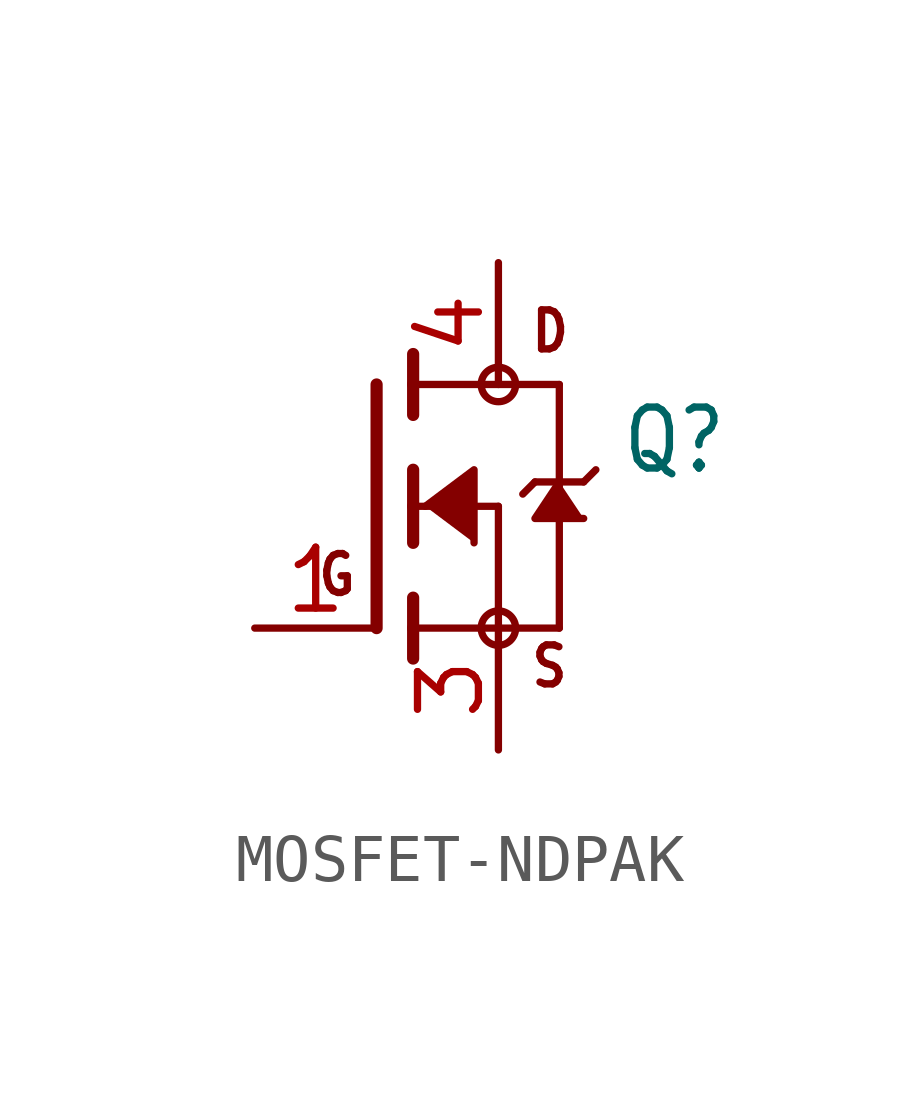
<source format=kicad_sym>
(kicad_symbol_lib
  (version 20220914)
  (generator kicad_symbol_editor)
  (symbol "MOSFET-NDPAK"
    (property "Reference" "Q"
      (at 5.08 0.635 0)
      (effects (font (size 1.27 1.079)) (justify left bottom)))
    (property "Value" ""
      (at 5.08 -1.27 0)
      (effects (font (size 1.27 1.079)) (justify left bottom)))
    (property "ki_locked" ""
      (at 0 0 0)
      (effects (font (size 1.27 1.27))))
    (symbol "MOSFET-NDPAK_1_0"
      (polyline (pts (xy 0 2.54) (xy 0 -2.54)) (stroke (width 0.254) (type solid)) (fill (type none)))
      (polyline (pts (xy 0.762 -2.54) (xy 0.762 -3.175)) (stroke (width 0.254) (type solid)) (fill (type none)))
      (polyline (pts (xy 0.762 -1.905) (xy 0.762 -2.54)) (stroke (width 0.254) (type solid)) (fill (type none)))
      (polyline (pts (xy 0.762 0) (xy 0.762 -0.762)) (stroke (width 0.254) (type solid)) (fill (type none)))
      (polyline (pts (xy 0.762 0) (xy 2.54 0)) (stroke (width 0.152) (type solid)) (fill (type none)))
      (polyline (pts (xy 0.762 0.762) (xy 0.762 0)) (stroke (width 0.254) (type solid)) (fill (type none)))
      (polyline (pts (xy 0.762 2.54) (xy 0.762 1.905)) (stroke (width 0.254) (type solid)) (fill (type none)))
      (polyline (pts (xy 0.762 2.54) (xy 3.81 2.54)) (stroke (width 0.152) (type solid)) (fill (type none)))
      (polyline (pts (xy 0.762 3.175) (xy 0.762 2.54)) (stroke (width 0.254) (type solid)) (fill (type none)))
      (polyline (pts (xy 2.54 -2.54) (xy 0.762 -2.54)) (stroke (width 0.152) (type solid)) (fill (type none)))
      (polyline (pts (xy 2.54 -2.54) (xy 3.81 -2.54)) (stroke (width 0.152) (type solid)) (fill (type none)))
      (polyline (pts (xy 2.54 0) (xy 2.54 -2.54)) (stroke (width 0.152) (type solid)) (fill (type none)))
      (polyline (pts (xy 3.302 0.508) (xy 3.048 0.254)) (stroke (width 0.152) (type solid)) (fill (type none)))
      (polyline (pts (xy 3.81 0.508) (xy 3.302 0.508)) (stroke (width 0.152) (type solid)) (fill (type none)))
      (polyline (pts (xy 3.81 0.508) (xy 3.81 -2.54)) (stroke (width 0.152) (type solid)) (fill (type none)))
      (polyline (pts (xy 3.81 2.54) (xy 3.81 0.508)) (stroke (width 0.152) (type solid)) (fill (type none)))
      (polyline (pts (xy 4.318 0.508) (xy 3.81 0.508)) (stroke (width 0.152) (type solid)) (fill (type none)))
      (polyline (pts (xy 4.572 0.762) (xy 4.318 0.508)) (stroke (width 0.152) (type solid)) (fill (type none)))
      (polyline (pts (xy 1.016 0) (xy 2.032 0.762) (xy 2.032 -0.762)) (stroke (width 0) (type default)) (fill (type outline)))
      (polyline (pts (xy 3.81 0.508) (xy 3.302 -0.254) (xy 4.318 -0.254)) (stroke (width 0) (type default)) (fill (type outline)))
      (circle (center 2.54 -2.54) (radius 0.359) (stroke (width 0) (type solid)) (fill (type none)))
      (circle (center 2.54 2.54) (radius 0.359) (stroke (width 0) (type solid)) (fill (type none)))
      (text "D" (at 3.175 3.175 0) (effects (font (size 0.813 0.691)) (justify left bottom)))
      (text "G" (at -1.27 -1.905 0) (effects (font (size 0.813 0.691)) (justify left bottom)))
      (text "S" (at 3.175 -3.81 0) (effects (font (size 0.813 0.691)) (justify left bottom)))
      (pin bidirectional line (at -2.54 -2.54 0) (length 2.54) (name "G" (effects (font (size 0 0)))) (number "1" (effects (font (size 1.27 1.27)))))
      (pin bidirectional line (at 2.54 -5.08 90) (length 2.54) (name "S" (effects (font (size 0 0)))) (number "3" (effects (font (size 1.27 1.27)))))
      (pin bidirectional line (at 2.54 5.08 270) (length 2.54) (name "D" (effects (font (size 0 0)))) (number "4" (effects (font (size 1.27 1.27))))))))
</source>
